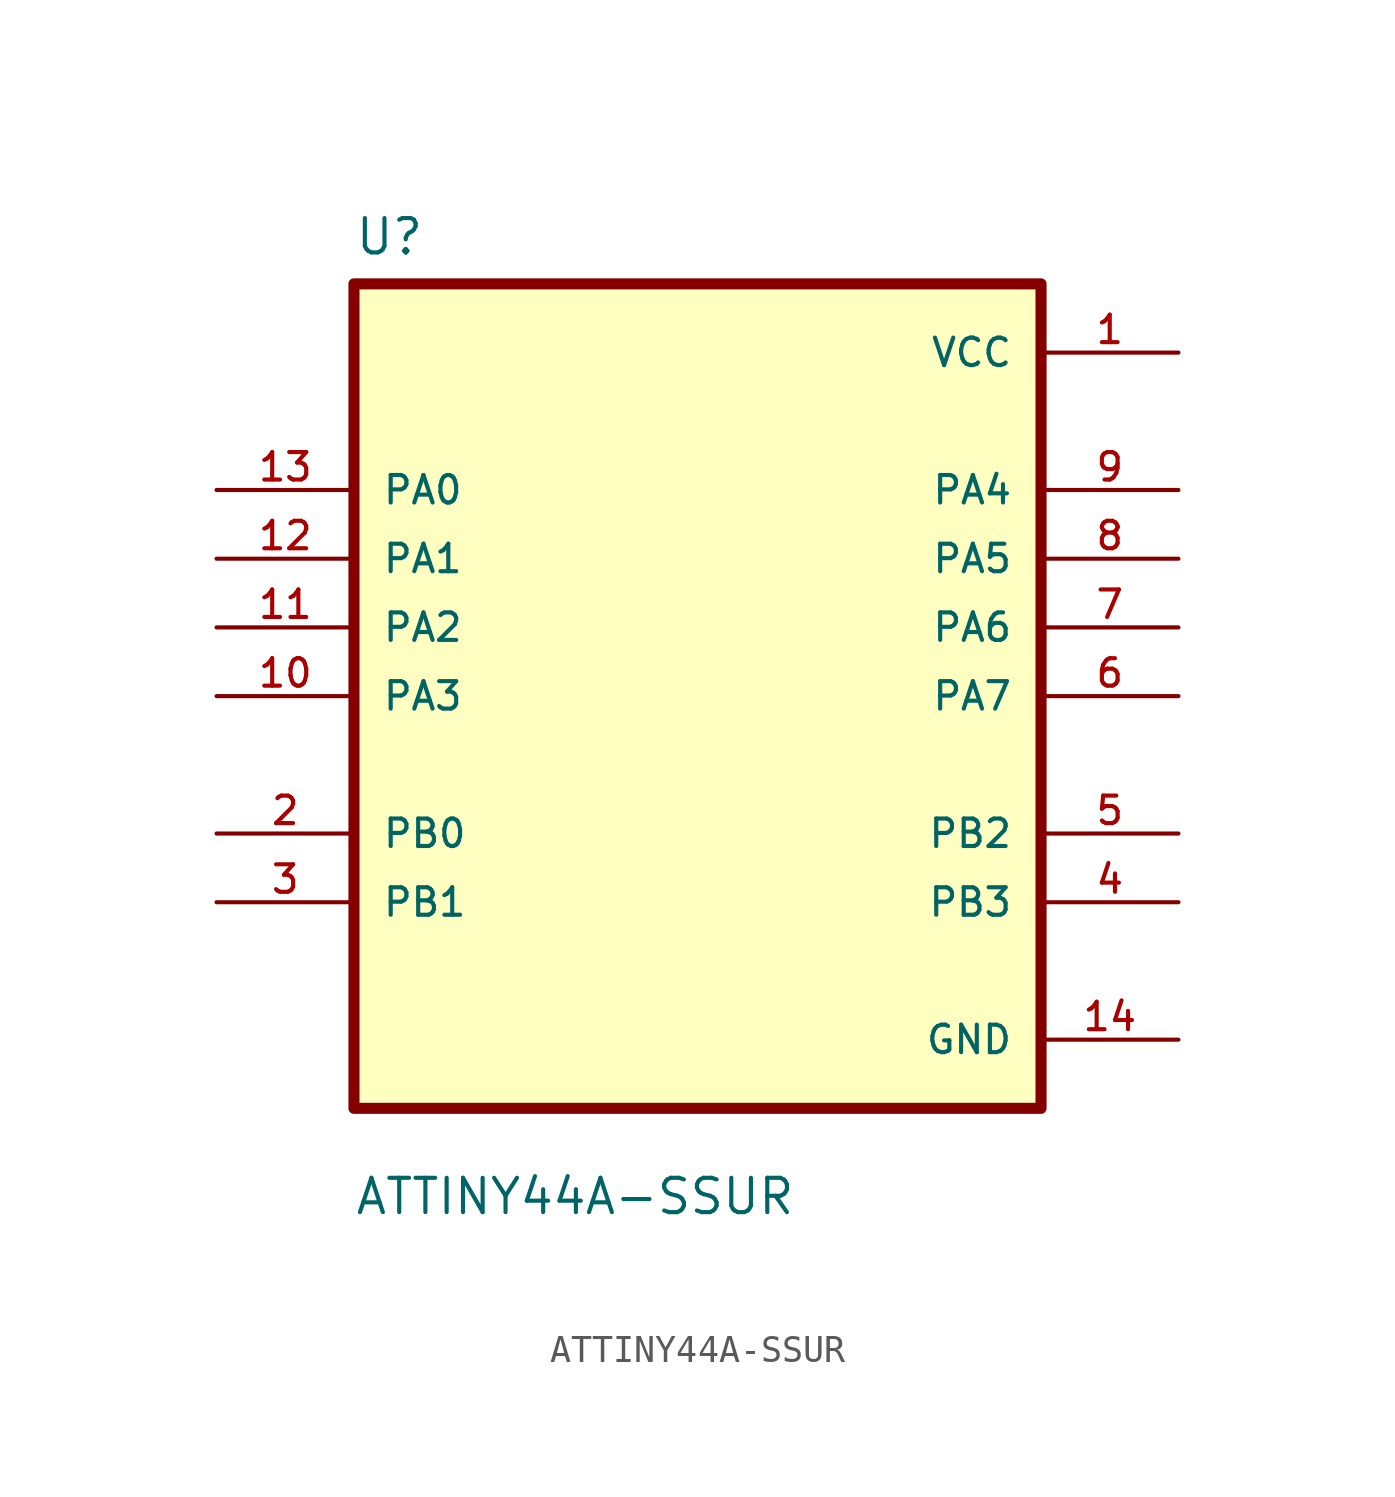
<source format=kicad_sym>
(kicad_symbol_lib
  (version 20211014)
  (generator kicad_symbol_editor)
  (symbol "ATTINY44A-SSUR"
    (pin_names
      (offset 1.016))
    (property "Reference" "U"
      (at -12.7 16.24 0.0)
      (effects (font (size 1.27 1.27)) (justify bottom left)))
    (property "Value" "ATTINY44A-SSUR"
      (at -12.7 -19.24 0.0)
      (effects (font (size 1.27 1.27)) (justify bottom left)))
    (symbol "ATTINY44A-SSUR_0_0"
      (rectangle (start -12.7 -15.24) (end 12.7 15.24) (stroke (width 0.41)) (fill (type background)))
      (pin bidirectional line (at -17.78 7.62 0) (length 5.08) (name "PA0" (effects (font (size 1.016 1.016)))) (number "13" (effects (font (size 1.016 1.016)))))
      (pin bidirectional line (at -17.78 5.08 0) (length 5.08) (name "PA1" (effects (font (size 1.016 1.016)))) (number "12" (effects (font (size 1.016 1.016)))))
      (pin bidirectional line (at -17.78 2.54 0) (length 5.08) (name "PA2" (effects (font (size 1.016 1.016)))) (number "11" (effects (font (size 1.016 1.016)))))
      (pin bidirectional line (at -17.78 0.0 0) (length 5.08) (name "PA3" (effects (font (size 1.016 1.016)))) (number "10" (effects (font (size 1.016 1.016)))))
      (pin bidirectional line (at -17.78 -5.08 0) (length 5.08) (name "PB0" (effects (font (size 1.016 1.016)))) (number "2" (effects (font (size 1.016 1.016)))))
      (pin bidirectional line (at -17.78 -7.62 0) (length 5.08) (name "PB1" (effects (font (size 1.016 1.016)))) (number "3" (effects (font (size 1.016 1.016)))))
      (pin power_in line (at 17.78 12.7 180.0) (length 5.08) (name "VCC" (effects (font (size 1.016 1.016)))) (number "1" (effects (font (size 1.016 1.016)))))
      (pin bidirectional line (at 17.78 7.62 180.0) (length 5.08) (name "PA4" (effects (font (size 1.016 1.016)))) (number "9" (effects (font (size 1.016 1.016)))))
      (pin bidirectional line (at 17.78 5.08 180.0) (length 5.08) (name "PA5" (effects (font (size 1.016 1.016)))) (number "8" (effects (font (size 1.016 1.016)))))
      (pin bidirectional line (at 17.78 2.54 180.0) (length 5.08) (name "PA6" (effects (font (size 1.016 1.016)))) (number "7" (effects (font (size 1.016 1.016)))))
      (pin bidirectional line (at 17.78 -8.88178e-16 180.0) (length 5.08) (name "PA7" (effects (font (size 1.016 1.016)))) (number "6" (effects (font (size 1.016 1.016)))))
      (pin bidirectional line (at 17.78 -5.08 180.0) (length 5.08) (name "PB2" (effects (font (size 1.016 1.016)))) (number "5" (effects (font (size 1.016 1.016)))))
      (pin bidirectional line (at 17.78 -7.62 180.0) (length 5.08) (name "PB3" (effects (font (size 1.016 1.016)))) (number "4" (effects (font (size 1.016 1.016)))))
      (pin power_in line (at 17.78 -12.7 180.0) (length 5.08) (name "GND" (effects (font (size 1.016 1.016)))) (number "14" (effects (font (size 1.016 1.016))))))))
</source>
